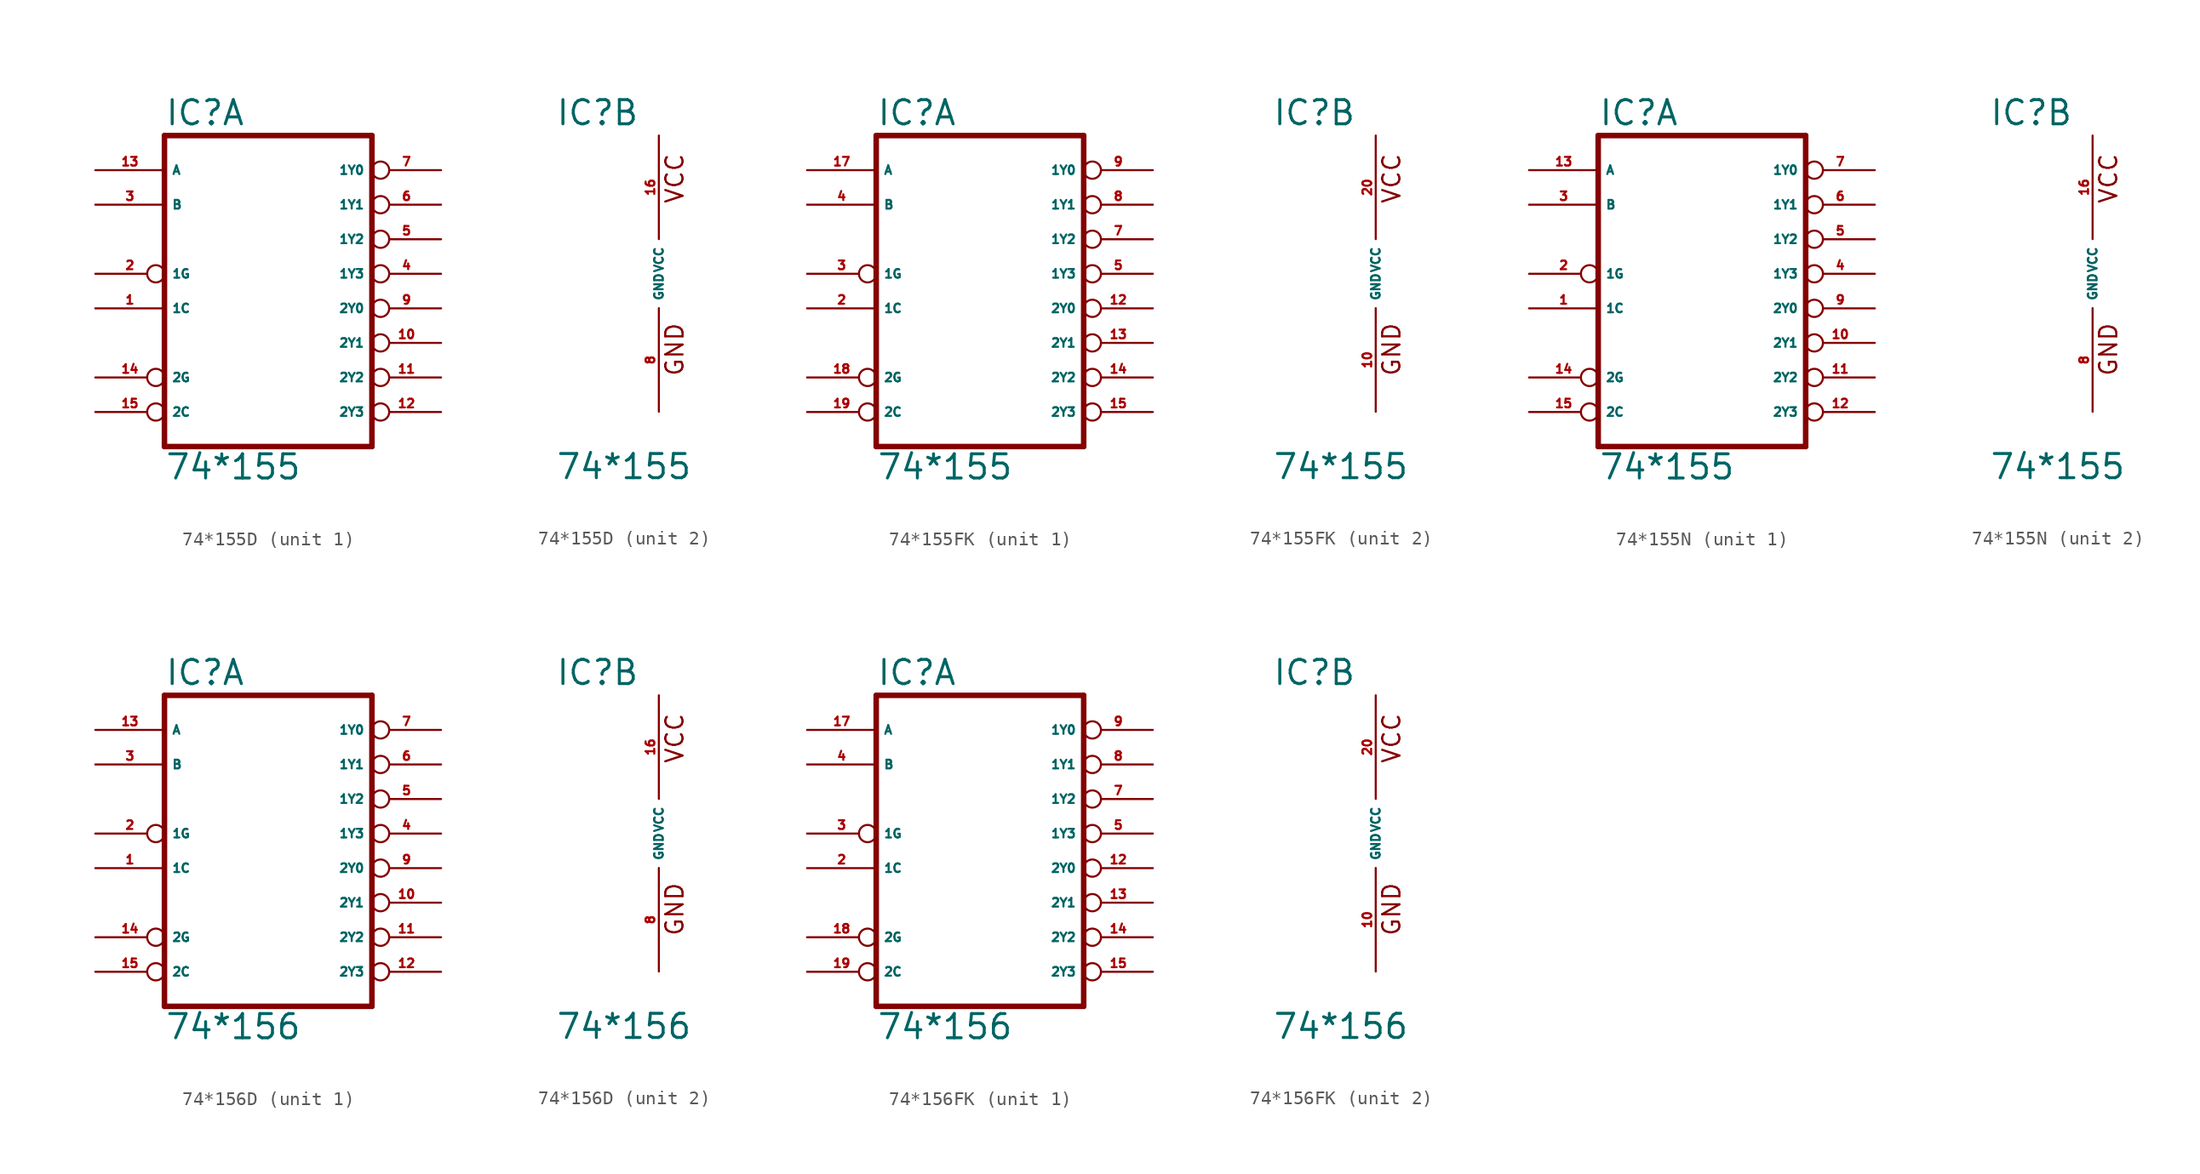
<source format=kicad_sym>
(kicad_symbol_lib
  (version 20220914)
  (generator Eagle2Kicad)
  (symbol "74*155D"
    (property "Reference" "IC"
      (at -7.62 10.795 0)
      (effects (font (size 1.778 1.778) (thickness 0.22)) (justify left bottom)))
    (property "Value" "74*155"
      (at -7.62 -15.24 0)
      (effects (font (size 1.778 1.778) (thickness 0.22)) (justify left bottom)))
    (symbol "74*155D_1_0"
      (polyline (pts (xy -7.62 -12.7) (xy 7.62 -12.7)) (stroke (width 0.406) (type default)) (fill (type none)))
      (polyline (pts (xy 7.62 -12.7) (xy 7.62 10.16)) (stroke (width 0.406) (type default)) (fill (type none)))
      (polyline (pts (xy 7.62 10.16) (xy -7.62 10.16)) (stroke (width 0.406) (type default)) (fill (type none)))
      (polyline (pts (xy -7.62 10.16) (xy -7.62 -12.7)) (stroke (width 0.406) (type default)) (fill (type none)))
      (pin input line (at -12.7 -2.54 0) (length 5.08) (name "1C" (effects (font (size 0.635 0.635) (thickness 0.08)) (justify left bottom))) (number "1" (effects (font (size 0.635 0.635) (thickness 0.08)) (justify left bottom))))
      (pin input inverted (at -12.7 0 0) (length 5.08) (name "1G" (effects (font (size 0.635 0.635) (thickness 0.08)) (justify left bottom))) (number "2" (effects (font (size 0.635 0.635) (thickness 0.08)) (justify left bottom))))
      (pin input line (at -12.7 5.08 0) (length 5.08) (name "B" (effects (font (size 0.635 0.635) (thickness 0.08)) (justify left bottom))) (number "3" (effects (font (size 0.635 0.635) (thickness 0.08)) (justify left bottom))))
      (pin output inverted (at 12.7 0 180) (length 5.08) (name "1Y3" (effects (font (size 0.635 0.635) (thickness 0.08)) (justify left bottom))) (number "4" (effects (font (size 0.635 0.635) (thickness 0.08)) (justify left bottom))))
      (pin output inverted (at 12.7 2.54 180) (length 5.08) (name "1Y2" (effects (font (size 0.635 0.635) (thickness 0.08)) (justify left bottom))) (number "5" (effects (font (size 0.635 0.635) (thickness 0.08)) (justify left bottom))))
      (pin output inverted (at 12.7 5.08 180) (length 5.08) (name "1Y1" (effects (font (size 0.635 0.635) (thickness 0.08)) (justify left bottom))) (number "6" (effects (font (size 0.635 0.635) (thickness 0.08)) (justify left bottom))))
      (pin output inverted (at 12.7 7.62 180) (length 5.08) (name "1Y0" (effects (font (size 0.635 0.635) (thickness 0.08)) (justify left bottom))) (number "7" (effects (font (size 0.635 0.635) (thickness 0.08)) (justify left bottom))))
      (pin output inverted (at 12.7 -2.54 180) (length 5.08) (name "2Y0" (effects (font (size 0.635 0.635) (thickness 0.08)) (justify left bottom))) (number "9" (effects (font (size 0.635 0.635) (thickness 0.08)) (justify left bottom))))
      (pin output inverted (at 12.7 -5.08 180) (length 5.08) (name "2Y1" (effects (font (size 0.635 0.635) (thickness 0.08)) (justify left bottom))) (number "10" (effects (font (size 0.635 0.635) (thickness 0.08)) (justify left bottom))))
      (pin output inverted (at 12.7 -7.62 180) (length 5.08) (name "2Y2" (effects (font (size 0.635 0.635) (thickness 0.08)) (justify left bottom))) (number "11" (effects (font (size 0.635 0.635) (thickness 0.08)) (justify left bottom))))
      (pin output inverted (at 12.7 -10.16 180) (length 5.08) (name "2Y3" (effects (font (size 0.635 0.635) (thickness 0.08)) (justify left bottom))) (number "12" (effects (font (size 0.635 0.635) (thickness 0.08)) (justify left bottom))))
      (pin input line (at -12.7 7.62 0) (length 5.08) (name "A" (effects (font (size 0.635 0.635) (thickness 0.08)) (justify left bottom))) (number "13" (effects (font (size 0.635 0.635) (thickness 0.08)) (justify left bottom))))
      (pin input inverted (at -12.7 -7.62 0) (length 5.08) (name "2G" (effects (font (size 0.635 0.635) (thickness 0.08)) (justify left bottom))) (number "14" (effects (font (size 0.635 0.635) (thickness 0.08)) (justify left bottom))))
      (pin input inverted (at -12.7 -10.16 0) (length 5.08) (name "2C" (effects (font (size 0.635 0.635) (thickness 0.08)) (justify left bottom))) (number "15" (effects (font (size 0.635 0.635) (thickness 0.08)) (justify left bottom)))))
    (symbol "74*155D_2_0"
      (text "GND" (at 1.905 -7.62 900) (effects (font (size 1.27 1.27) (thickness 0.16)) (justify left bottom)))
      (text "VCC" (at 1.905 5.08 900) (effects (font (size 1.27 1.27) (thickness 0.16)) (justify left bottom)))
      (pin unspecified line (at 0 -10.16 90) (length 7.62) (name "GND" (effects (font (size 0.635 0.635) (thickness 0.08)) (justify left bottom))) (number "8" (effects (font (size 0.635 0.635) (thickness 0.08)) (justify left bottom))))
      (pin unspecified line (at 0 10.16 270) (length 7.62) (name "VCC" (effects (font (size 0.635 0.635) (thickness 0.08)) (justify left bottom))) (number "16" (effects (font (size 0.635 0.635) (thickness 0.08)) (justify left bottom))))))
  (symbol "74*155FK"
    (property "Reference" "IC"
      (at -7.62 10.795 0)
      (effects (font (size 1.778 1.778) (thickness 0.22)) (justify left bottom)))
    (property "Value" "74*155"
      (at -7.62 -15.24 0)
      (effects (font (size 1.778 1.778) (thickness 0.22)) (justify left bottom)))
    (symbol "74*155FK_1_0"
      (polyline (pts (xy -7.62 -12.7) (xy 7.62 -12.7)) (stroke (width 0.406) (type default)) (fill (type none)))
      (polyline (pts (xy 7.62 -12.7) (xy 7.62 10.16)) (stroke (width 0.406) (type default)) (fill (type none)))
      (polyline (pts (xy 7.62 10.16) (xy -7.62 10.16)) (stroke (width 0.406) (type default)) (fill (type none)))
      (polyline (pts (xy -7.62 10.16) (xy -7.62 -12.7)) (stroke (width 0.406) (type default)) (fill (type none)))
      (pin input line (at -12.7 -2.54 0) (length 5.08) (name "1C" (effects (font (size 0.635 0.635) (thickness 0.08)) (justify left bottom))) (number "2" (effects (font (size 0.635 0.635) (thickness 0.08)) (justify left bottom))))
      (pin input inverted (at -12.7 0 0) (length 5.08) (name "1G" (effects (font (size 0.635 0.635) (thickness 0.08)) (justify left bottom))) (number "3" (effects (font (size 0.635 0.635) (thickness 0.08)) (justify left bottom))))
      (pin input line (at -12.7 5.08 0) (length 5.08) (name "B" (effects (font (size 0.635 0.635) (thickness 0.08)) (justify left bottom))) (number "4" (effects (font (size 0.635 0.635) (thickness 0.08)) (justify left bottom))))
      (pin output inverted (at 12.7 0 180) (length 5.08) (name "1Y3" (effects (font (size 0.635 0.635) (thickness 0.08)) (justify left bottom))) (number "5" (effects (font (size 0.635 0.635) (thickness 0.08)) (justify left bottom))))
      (pin output inverted (at 12.7 2.54 180) (length 5.08) (name "1Y2" (effects (font (size 0.635 0.635) (thickness 0.08)) (justify left bottom))) (number "7" (effects (font (size 0.635 0.635) (thickness 0.08)) (justify left bottom))))
      (pin output inverted (at 12.7 5.08 180) (length 5.08) (name "1Y1" (effects (font (size 0.635 0.635) (thickness 0.08)) (justify left bottom))) (number "8" (effects (font (size 0.635 0.635) (thickness 0.08)) (justify left bottom))))
      (pin output inverted (at 12.7 7.62 180) (length 5.08) (name "1Y0" (effects (font (size 0.635 0.635) (thickness 0.08)) (justify left bottom))) (number "9" (effects (font (size 0.635 0.635) (thickness 0.08)) (justify left bottom))))
      (pin output inverted (at 12.7 -2.54 180) (length 5.08) (name "2Y0" (effects (font (size 0.635 0.635) (thickness 0.08)) (justify left bottom))) (number "12" (effects (font (size 0.635 0.635) (thickness 0.08)) (justify left bottom))))
      (pin output inverted (at 12.7 -5.08 180) (length 5.08) (name "2Y1" (effects (font (size 0.635 0.635) (thickness 0.08)) (justify left bottom))) (number "13" (effects (font (size 0.635 0.635) (thickness 0.08)) (justify left bottom))))
      (pin output inverted (at 12.7 -7.62 180) (length 5.08) (name "2Y2" (effects (font (size 0.635 0.635) (thickness 0.08)) (justify left bottom))) (number "14" (effects (font (size 0.635 0.635) (thickness 0.08)) (justify left bottom))))
      (pin output inverted (at 12.7 -10.16 180) (length 5.08) (name "2Y3" (effects (font (size 0.635 0.635) (thickness 0.08)) (justify left bottom))) (number "15" (effects (font (size 0.635 0.635) (thickness 0.08)) (justify left bottom))))
      (pin input line (at -12.7 7.62 0) (length 5.08) (name "A" (effects (font (size 0.635 0.635) (thickness 0.08)) (justify left bottom))) (number "17" (effects (font (size 0.635 0.635) (thickness 0.08)) (justify left bottom))))
      (pin input inverted (at -12.7 -7.62 0) (length 5.08) (name "2G" (effects (font (size 0.635 0.635) (thickness 0.08)) (justify left bottom))) (number "18" (effects (font (size 0.635 0.635) (thickness 0.08)) (justify left bottom))))
      (pin input inverted (at -12.7 -10.16 0) (length 5.08) (name "2C" (effects (font (size 0.635 0.635) (thickness 0.08)) (justify left bottom))) (number "19" (effects (font (size 0.635 0.635) (thickness 0.08)) (justify left bottom)))))
    (symbol "74*155FK_2_0"
      (text "GND" (at 1.905 -7.62 900) (effects (font (size 1.27 1.27) (thickness 0.16)) (justify left bottom)))
      (text "VCC" (at 1.905 5.08 900) (effects (font (size 1.27 1.27) (thickness 0.16)) (justify left bottom)))
      (pin unspecified line (at 0 -10.16 90) (length 7.62) (name "GND" (effects (font (size 0.635 0.635) (thickness 0.08)) (justify left bottom))) (number "10" (effects (font (size 0.635 0.635) (thickness 0.08)) (justify left bottom))))
      (pin unspecified line (at 0 10.16 270) (length 7.62) (name "VCC" (effects (font (size 0.635 0.635) (thickness 0.08)) (justify left bottom))) (number "20" (effects (font (size 0.635 0.635) (thickness 0.08)) (justify left bottom))))))
  (symbol "74*155N"
    (property "Reference" "IC"
      (at -7.62 10.795 0)
      (effects (font (size 1.778 1.778) (thickness 0.22)) (justify left bottom)))
    (property "Value" "74*155"
      (at -7.62 -15.24 0)
      (effects (font (size 1.778 1.778) (thickness 0.22)) (justify left bottom)))
    (symbol "74*155N_1_0"
      (polyline (pts (xy -7.62 -12.7) (xy 7.62 -12.7)) (stroke (width 0.406) (type default)) (fill (type none)))
      (polyline (pts (xy 7.62 -12.7) (xy 7.62 10.16)) (stroke (width 0.406) (type default)) (fill (type none)))
      (polyline (pts (xy 7.62 10.16) (xy -7.62 10.16)) (stroke (width 0.406) (type default)) (fill (type none)))
      (polyline (pts (xy -7.62 10.16) (xy -7.62 -12.7)) (stroke (width 0.406) (type default)) (fill (type none)))
      (pin input line (at -12.7 -2.54 0) (length 5.08) (name "1C" (effects (font (size 0.635 0.635) (thickness 0.08)) (justify left bottom))) (number "1" (effects (font (size 0.635 0.635) (thickness 0.08)) (justify left bottom))))
      (pin input inverted (at -12.7 0 0) (length 5.08) (name "1G" (effects (font (size 0.635 0.635) (thickness 0.08)) (justify left bottom))) (number "2" (effects (font (size 0.635 0.635) (thickness 0.08)) (justify left bottom))))
      (pin input line (at -12.7 5.08 0) (length 5.08) (name "B" (effects (font (size 0.635 0.635) (thickness 0.08)) (justify left bottom))) (number "3" (effects (font (size 0.635 0.635) (thickness 0.08)) (justify left bottom))))
      (pin output inverted (at 12.7 0 180) (length 5.08) (name "1Y3" (effects (font (size 0.635 0.635) (thickness 0.08)) (justify left bottom))) (number "4" (effects (font (size 0.635 0.635) (thickness 0.08)) (justify left bottom))))
      (pin output inverted (at 12.7 2.54 180) (length 5.08) (name "1Y2" (effects (font (size 0.635 0.635) (thickness 0.08)) (justify left bottom))) (number "5" (effects (font (size 0.635 0.635) (thickness 0.08)) (justify left bottom))))
      (pin output inverted (at 12.7 5.08 180) (length 5.08) (name "1Y1" (effects (font (size 0.635 0.635) (thickness 0.08)) (justify left bottom))) (number "6" (effects (font (size 0.635 0.635) (thickness 0.08)) (justify left bottom))))
      (pin output inverted (at 12.7 7.62 180) (length 5.08) (name "1Y0" (effects (font (size 0.635 0.635) (thickness 0.08)) (justify left bottom))) (number "7" (effects (font (size 0.635 0.635) (thickness 0.08)) (justify left bottom))))
      (pin output inverted (at 12.7 -2.54 180) (length 5.08) (name "2Y0" (effects (font (size 0.635 0.635) (thickness 0.08)) (justify left bottom))) (number "9" (effects (font (size 0.635 0.635) (thickness 0.08)) (justify left bottom))))
      (pin output inverted (at 12.7 -5.08 180) (length 5.08) (name "2Y1" (effects (font (size 0.635 0.635) (thickness 0.08)) (justify left bottom))) (number "10" (effects (font (size 0.635 0.635) (thickness 0.08)) (justify left bottom))))
      (pin output inverted (at 12.7 -7.62 180) (length 5.08) (name "2Y2" (effects (font (size 0.635 0.635) (thickness 0.08)) (justify left bottom))) (number "11" (effects (font (size 0.635 0.635) (thickness 0.08)) (justify left bottom))))
      (pin output inverted (at 12.7 -10.16 180) (length 5.08) (name "2Y3" (effects (font (size 0.635 0.635) (thickness 0.08)) (justify left bottom))) (number "12" (effects (font (size 0.635 0.635) (thickness 0.08)) (justify left bottom))))
      (pin input line (at -12.7 7.62 0) (length 5.08) (name "A" (effects (font (size 0.635 0.635) (thickness 0.08)) (justify left bottom))) (number "13" (effects (font (size 0.635 0.635) (thickness 0.08)) (justify left bottom))))
      (pin input inverted (at -12.7 -7.62 0) (length 5.08) (name "2G" (effects (font (size 0.635 0.635) (thickness 0.08)) (justify left bottom))) (number "14" (effects (font (size 0.635 0.635) (thickness 0.08)) (justify left bottom))))
      (pin input inverted (at -12.7 -10.16 0) (length 5.08) (name "2C" (effects (font (size 0.635 0.635) (thickness 0.08)) (justify left bottom))) (number "15" (effects (font (size 0.635 0.635) (thickness 0.08)) (justify left bottom)))))
    (symbol "74*155N_2_0"
      (text "GND" (at 1.905 -7.62 900) (effects (font (size 1.27 1.27) (thickness 0.16)) (justify left bottom)))
      (text "VCC" (at 1.905 5.08 900) (effects (font (size 1.27 1.27) (thickness 0.16)) (justify left bottom)))
      (pin unspecified line (at 0 -10.16 90) (length 7.62) (name "GND" (effects (font (size 0.635 0.635) (thickness 0.08)) (justify left bottom))) (number "8" (effects (font (size 0.635 0.635) (thickness 0.08)) (justify left bottom))))
      (pin unspecified line (at 0 10.16 270) (length 7.62) (name "VCC" (effects (font (size 0.635 0.635) (thickness 0.08)) (justify left bottom))) (number "16" (effects (font (size 0.635 0.635) (thickness 0.08)) (justify left bottom))))))
  (symbol "74*156D"
    (property "Reference" "IC"
      (at -7.62 10.795 0)
      (effects (font (size 1.778 1.778) (thickness 0.22)) (justify left bottom)))
    (property "Value" "74*156"
      (at -7.62 -15.24 0)
      (effects (font (size 1.778 1.778) (thickness 0.22)) (justify left bottom)))
    (symbol "74*156D_1_0"
      (polyline (pts (xy -7.62 -12.7) (xy 7.62 -12.7)) (stroke (width 0.406) (type default)) (fill (type none)))
      (polyline (pts (xy 7.62 -12.7) (xy 7.62 10.16)) (stroke (width 0.406) (type default)) (fill (type none)))
      (polyline (pts (xy 7.62 10.16) (xy -7.62 10.16)) (stroke (width 0.406) (type default)) (fill (type none)))
      (polyline (pts (xy -7.62 10.16) (xy -7.62 -12.7)) (stroke (width 0.406) (type default)) (fill (type none)))
      (pin input line (at -12.7 -2.54 0) (length 5.08) (name "1C" (effects (font (size 0.635 0.635) (thickness 0.08)) (justify left bottom))) (number "1" (effects (font (size 0.635 0.635) (thickness 0.08)) (justify left bottom))))
      (pin input inverted (at -12.7 0 0) (length 5.08) (name "1G" (effects (font (size 0.635 0.635) (thickness 0.08)) (justify left bottom))) (number "2" (effects (font (size 0.635 0.635) (thickness 0.08)) (justify left bottom))))
      (pin input line (at -12.7 5.08 0) (length 5.08) (name "B" (effects (font (size 0.635 0.635) (thickness 0.08)) (justify left bottom))) (number "3" (effects (font (size 0.635 0.635) (thickness 0.08)) (justify left bottom))))
      (pin open_collector inverted (at 12.7 0 180) (length 5.08) (name "1Y3" (effects (font (size 0.635 0.635) (thickness 0.08)) (justify left bottom))) (number "4" (effects (font (size 0.635 0.635) (thickness 0.08)) (justify left bottom))))
      (pin open_collector inverted (at 12.7 2.54 180) (length 5.08) (name "1Y2" (effects (font (size 0.635 0.635) (thickness 0.08)) (justify left bottom))) (number "5" (effects (font (size 0.635 0.635) (thickness 0.08)) (justify left bottom))))
      (pin open_collector inverted (at 12.7 5.08 180) (length 5.08) (name "1Y1" (effects (font (size 0.635 0.635) (thickness 0.08)) (justify left bottom))) (number "6" (effects (font (size 0.635 0.635) (thickness 0.08)) (justify left bottom))))
      (pin open_collector inverted (at 12.7 7.62 180) (length 5.08) (name "1Y0" (effects (font (size 0.635 0.635) (thickness 0.08)) (justify left bottom))) (number "7" (effects (font (size 0.635 0.635) (thickness 0.08)) (justify left bottom))))
      (pin open_collector inverted (at 12.7 -2.54 180) (length 5.08) (name "2Y0" (effects (font (size 0.635 0.635) (thickness 0.08)) (justify left bottom))) (number "9" (effects (font (size 0.635 0.635) (thickness 0.08)) (justify left bottom))))
      (pin open_collector inverted (at 12.7 -5.08 180) (length 5.08) (name "2Y1" (effects (font (size 0.635 0.635) (thickness 0.08)) (justify left bottom))) (number "10" (effects (font (size 0.635 0.635) (thickness 0.08)) (justify left bottom))))
      (pin open_collector inverted (at 12.7 -7.62 180) (length 5.08) (name "2Y2" (effects (font (size 0.635 0.635) (thickness 0.08)) (justify left bottom))) (number "11" (effects (font (size 0.635 0.635) (thickness 0.08)) (justify left bottom))))
      (pin open_collector inverted (at 12.7 -10.16 180) (length 5.08) (name "2Y3" (effects (font (size 0.635 0.635) (thickness 0.08)) (justify left bottom))) (number "12" (effects (font (size 0.635 0.635) (thickness 0.08)) (justify left bottom))))
      (pin input line (at -12.7 7.62 0) (length 5.08) (name "A" (effects (font (size 0.635 0.635) (thickness 0.08)) (justify left bottom))) (number "13" (effects (font (size 0.635 0.635) (thickness 0.08)) (justify left bottom))))
      (pin input inverted (at -12.7 -7.62 0) (length 5.08) (name "2G" (effects (font (size 0.635 0.635) (thickness 0.08)) (justify left bottom))) (number "14" (effects (font (size 0.635 0.635) (thickness 0.08)) (justify left bottom))))
      (pin input inverted (at -12.7 -10.16 0) (length 5.08) (name "2C" (effects (font (size 0.635 0.635) (thickness 0.08)) (justify left bottom))) (number "15" (effects (font (size 0.635 0.635) (thickness 0.08)) (justify left bottom)))))
    (symbol "74*156D_2_0"
      (text "GND" (at 1.905 -7.62 900) (effects (font (size 1.27 1.27) (thickness 0.16)) (justify left bottom)))
      (text "VCC" (at 1.905 5.08 900) (effects (font (size 1.27 1.27) (thickness 0.16)) (justify left bottom)))
      (pin unspecified line (at 0 -10.16 90) (length 7.62) (name "GND" (effects (font (size 0.635 0.635) (thickness 0.08)) (justify left bottom))) (number "8" (effects (font (size 0.635 0.635) (thickness 0.08)) (justify left bottom))))
      (pin unspecified line (at 0 10.16 270) (length 7.62) (name "VCC" (effects (font (size 0.635 0.635) (thickness 0.08)) (justify left bottom))) (number "16" (effects (font (size 0.635 0.635) (thickness 0.08)) (justify left bottom))))))
  (symbol "74*156FK"
    (property "Reference" "IC"
      (at -7.62 10.795 0)
      (effects (font (size 1.778 1.778) (thickness 0.22)) (justify left bottom)))
    (property "Value" "74*156"
      (at -7.62 -15.24 0)
      (effects (font (size 1.778 1.778) (thickness 0.22)) (justify left bottom)))
    (symbol "74*156FK_1_0"
      (polyline (pts (xy -7.62 -12.7) (xy 7.62 -12.7)) (stroke (width 0.406) (type default)) (fill (type none)))
      (polyline (pts (xy 7.62 -12.7) (xy 7.62 10.16)) (stroke (width 0.406) (type default)) (fill (type none)))
      (polyline (pts (xy 7.62 10.16) (xy -7.62 10.16)) (stroke (width 0.406) (type default)) (fill (type none)))
      (polyline (pts (xy -7.62 10.16) (xy -7.62 -12.7)) (stroke (width 0.406) (type default)) (fill (type none)))
      (pin input line (at -12.7 -2.54 0) (length 5.08) (name "1C" (effects (font (size 0.635 0.635) (thickness 0.08)) (justify left bottom))) (number "2" (effects (font (size 0.635 0.635) (thickness 0.08)) (justify left bottom))))
      (pin input inverted (at -12.7 0 0) (length 5.08) (name "1G" (effects (font (size 0.635 0.635) (thickness 0.08)) (justify left bottom))) (number "3" (effects (font (size 0.635 0.635) (thickness 0.08)) (justify left bottom))))
      (pin input line (at -12.7 5.08 0) (length 5.08) (name "B" (effects (font (size 0.635 0.635) (thickness 0.08)) (justify left bottom))) (number "4" (effects (font (size 0.635 0.635) (thickness 0.08)) (justify left bottom))))
      (pin open_collector inverted (at 12.7 0 180) (length 5.08) (name "1Y3" (effects (font (size 0.635 0.635) (thickness 0.08)) (justify left bottom))) (number "5" (effects (font (size 0.635 0.635) (thickness 0.08)) (justify left bottom))))
      (pin open_collector inverted (at 12.7 2.54 180) (length 5.08) (name "1Y2" (effects (font (size 0.635 0.635) (thickness 0.08)) (justify left bottom))) (number "7" (effects (font (size 0.635 0.635) (thickness 0.08)) (justify left bottom))))
      (pin open_collector inverted (at 12.7 5.08 180) (length 5.08) (name "1Y1" (effects (font (size 0.635 0.635) (thickness 0.08)) (justify left bottom))) (number "8" (effects (font (size 0.635 0.635) (thickness 0.08)) (justify left bottom))))
      (pin open_collector inverted (at 12.7 7.62 180) (length 5.08) (name "1Y0" (effects (font (size 0.635 0.635) (thickness 0.08)) (justify left bottom))) (number "9" (effects (font (size 0.635 0.635) (thickness 0.08)) (justify left bottom))))
      (pin open_collector inverted (at 12.7 -2.54 180) (length 5.08) (name "2Y0" (effects (font (size 0.635 0.635) (thickness 0.08)) (justify left bottom))) (number "12" (effects (font (size 0.635 0.635) (thickness 0.08)) (justify left bottom))))
      (pin open_collector inverted (at 12.7 -5.08 180) (length 5.08) (name "2Y1" (effects (font (size 0.635 0.635) (thickness 0.08)) (justify left bottom))) (number "13" (effects (font (size 0.635 0.635) (thickness 0.08)) (justify left bottom))))
      (pin open_collector inverted (at 12.7 -7.62 180) (length 5.08) (name "2Y2" (effects (font (size 0.635 0.635) (thickness 0.08)) (justify left bottom))) (number "14" (effects (font (size 0.635 0.635) (thickness 0.08)) (justify left bottom))))
      (pin open_collector inverted (at 12.7 -10.16 180) (length 5.08) (name "2Y3" (effects (font (size 0.635 0.635) (thickness 0.08)) (justify left bottom))) (number "15" (effects (font (size 0.635 0.635) (thickness 0.08)) (justify left bottom))))
      (pin input line (at -12.7 7.62 0) (length 5.08) (name "A" (effects (font (size 0.635 0.635) (thickness 0.08)) (justify left bottom))) (number "17" (effects (font (size 0.635 0.635) (thickness 0.08)) (justify left bottom))))
      (pin input inverted (at -12.7 -7.62 0) (length 5.08) (name "2G" (effects (font (size 0.635 0.635) (thickness 0.08)) (justify left bottom))) (number "18" (effects (font (size 0.635 0.635) (thickness 0.08)) (justify left bottom))))
      (pin input inverted (at -12.7 -10.16 0) (length 5.08) (name "2C" (effects (font (size 0.635 0.635) (thickness 0.08)) (justify left bottom))) (number "19" (effects (font (size 0.635 0.635) (thickness 0.08)) (justify left bottom)))))
    (symbol "74*156FK_2_0"
      (text "GND" (at 1.905 -7.62 900) (effects (font (size 1.27 1.27) (thickness 0.16)) (justify left bottom)))
      (text "VCC" (at 1.905 5.08 900) (effects (font (size 1.27 1.27) (thickness 0.16)) (justify left bottom)))
      (pin unspecified line (at 0 -10.16 90) (length 7.62) (name "GND" (effects (font (size 0.635 0.635) (thickness 0.08)) (justify left bottom))) (number "10" (effects (font (size 0.635 0.635) (thickness 0.08)) (justify left bottom))))
      (pin unspecified line (at 0 10.16 270) (length 7.62) (name "VCC" (effects (font (size 0.635 0.635) (thickness 0.08)) (justify left bottom))) (number "20" (effects (font (size 0.635 0.635) (thickness 0.08)) (justify left bottom)))))))
</source>
